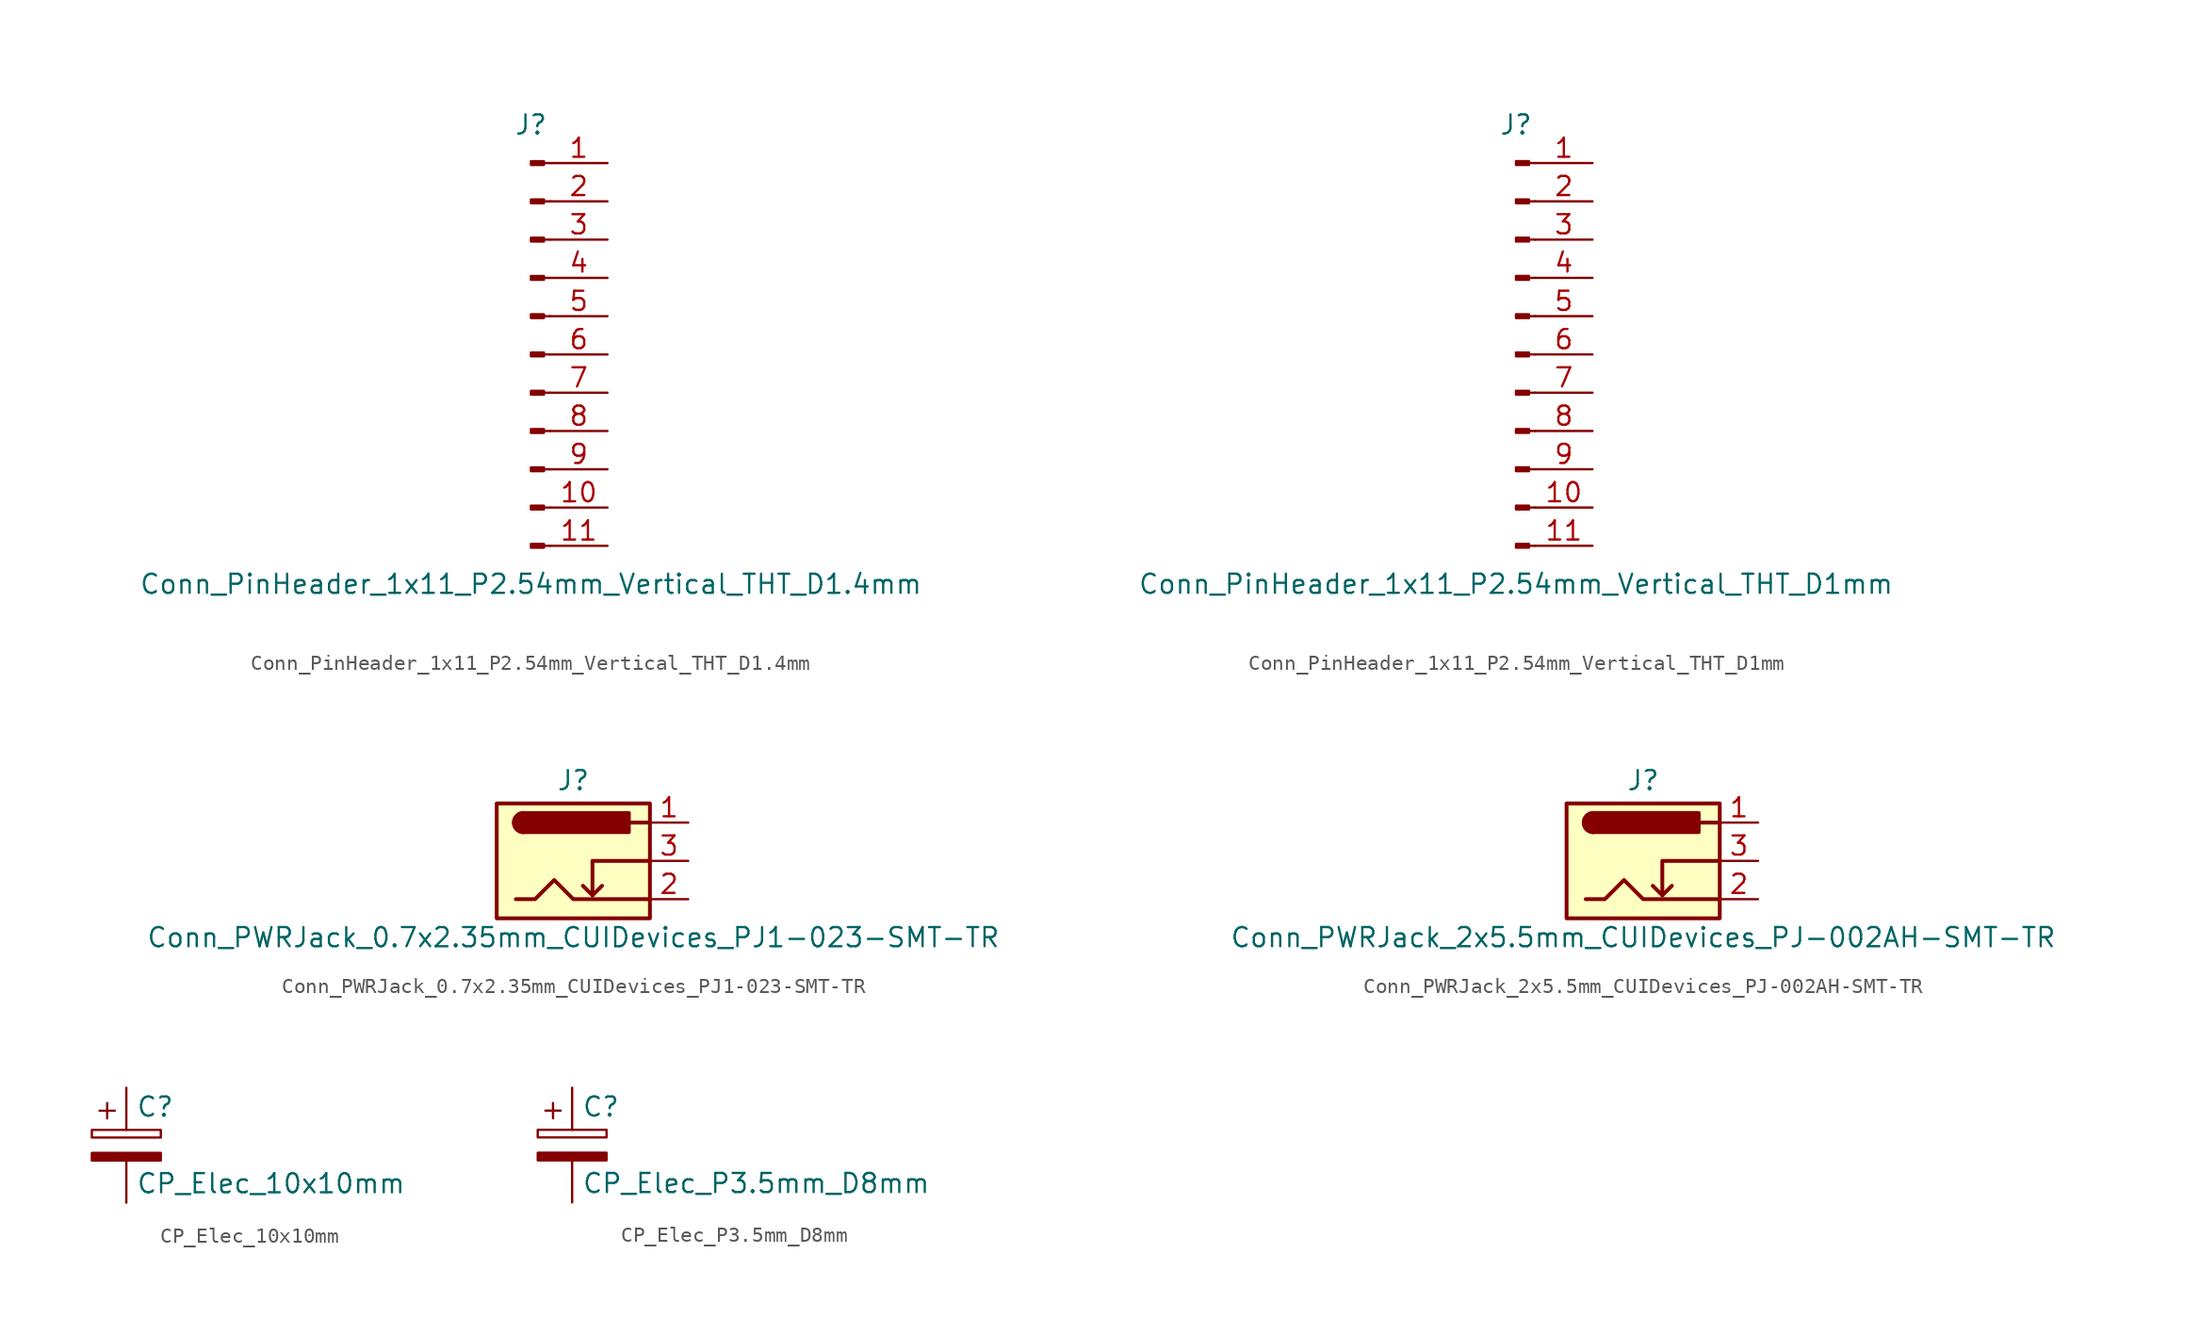
<source format=kicad_sym>
(kicad_symbol_lib
  (version 20220914)
  (generator kicad_symbol_editor)
  (symbol "Conn_PinHeader_1x11_P2.54mm_Vertical_THT_D1.4mm"
    (pin_names
      (offset 1.016) hide)
    (property "Reference" "J"
      (at 0 15.24 0)
      (effects (font (size 1.27 1.27))))
    (property "Value" "Conn_PinHeader_1x11_P2.54mm_Vertical_THT_D1.4mm"
      (at 0 -15.24 0)
      (effects (font (size 1.27 1.27))))
    (symbol "Conn_PinHeader_1x11_P2.54mm_Vertical_THT_D1.4mm_1_1"
      (polyline (pts (xy 1.27 -12.7) (xy 0.864 -12.7)) (stroke (width 0.152) (type solid)) (fill (type none)))
      (polyline (pts (xy 1.27 -10.16) (xy 0.864 -10.16)) (stroke (width 0.152) (type solid)) (fill (type none)))
      (polyline (pts (xy 1.27 -7.62) (xy 0.864 -7.62)) (stroke (width 0.152) (type solid)) (fill (type none)))
      (polyline (pts (xy 1.27 -5.08) (xy 0.864 -5.08)) (stroke (width 0.152) (type solid)) (fill (type none)))
      (polyline (pts (xy 1.27 -2.54) (xy 0.864 -2.54)) (stroke (width 0.152) (type solid)) (fill (type none)))
      (polyline (pts (xy 1.27 0) (xy 0.864 0)) (stroke (width 0.152) (type solid)) (fill (type none)))
      (polyline (pts (xy 1.27 2.54) (xy 0.864 2.54)) (stroke (width 0.152) (type solid)) (fill (type none)))
      (polyline (pts (xy 1.27 5.08) (xy 0.864 5.08)) (stroke (width 0.152) (type solid)) (fill (type none)))
      (polyline (pts (xy 1.27 7.62) (xy 0.864 7.62)) (stroke (width 0.152) (type solid)) (fill (type none)))
      (polyline (pts (xy 1.27 10.16) (xy 0.864 10.16)) (stroke (width 0.152) (type solid)) (fill (type none)))
      (polyline (pts (xy 1.27 12.7) (xy 0.864 12.7)) (stroke (width 0.152) (type solid)) (fill (type none)))
      (rectangle (start 0.864 -12.573) (end 0 -12.827) (stroke (width 0.152) (type solid)) (fill (type outline)))
      (rectangle (start 0.864 -10.033) (end 0 -10.287) (stroke (width 0.152) (type solid)) (fill (type outline)))
      (rectangle (start 0.864 -7.493) (end 0 -7.747) (stroke (width 0.152) (type solid)) (fill (type outline)))
      (rectangle (start 0.864 -4.953) (end 0 -5.207) (stroke (width 0.152) (type solid)) (fill (type outline)))
      (rectangle (start 0.864 -2.413) (end 0 -2.667) (stroke (width 0.152) (type solid)) (fill (type outline)))
      (rectangle (start 0.864 0.127) (end 0 -0.127) (stroke (width 0.152) (type solid)) (fill (type outline)))
      (rectangle (start 0.864 2.667) (end 0 2.413) (stroke (width 0.152) (type solid)) (fill (type outline)))
      (rectangle (start 0.864 5.207) (end 0 4.953) (stroke (width 0.152) (type solid)) (fill (type outline)))
      (rectangle (start 0.864 7.747) (end 0 7.493) (stroke (width 0.152) (type solid)) (fill (type outline)))
      (rectangle (start 0.864 10.287) (end 0 10.033) (stroke (width 0.152) (type solid)) (fill (type outline)))
      (rectangle (start 0.864 12.827) (end 0 12.573) (stroke (width 0.152) (type solid)) (fill (type outline)))
      (pin passive line (at 5.08 12.7 180) (length 3.81) (name "Pin_1" (effects (font (size 1.27 1.27)))) (number "1" (effects (font (size 1.27 1.27)))))
      (pin passive line (at 5.08 -10.16 180) (length 3.81) (name "Pin_10" (effects (font (size 1.27 1.27)))) (number "10" (effects (font (size 1.27 1.27)))))
      (pin passive line (at 5.08 -12.7 180) (length 3.81) (name "Pin_11" (effects (font (size 1.27 1.27)))) (number "11" (effects (font (size 1.27 1.27)))))
      (pin passive line (at 5.08 10.16 180) (length 3.81) (name "Pin_2" (effects (font (size 1.27 1.27)))) (number "2" (effects (font (size 1.27 1.27)))))
      (pin passive line (at 5.08 7.62 180) (length 3.81) (name "Pin_3" (effects (font (size 1.27 1.27)))) (number "3" (effects (font (size 1.27 1.27)))))
      (pin passive line (at 5.08 5.08 180) (length 3.81) (name "Pin_4" (effects (font (size 1.27 1.27)))) (number "4" (effects (font (size 1.27 1.27)))))
      (pin passive line (at 5.08 2.54 180) (length 3.81) (name "Pin_5" (effects (font (size 1.27 1.27)))) (number "5" (effects (font (size 1.27 1.27)))))
      (pin passive line (at 5.08 0 180) (length 3.81) (name "Pin_6" (effects (font (size 1.27 1.27)))) (number "6" (effects (font (size 1.27 1.27)))))
      (pin passive line (at 5.08 -2.54 180) (length 3.81) (name "Pin_7" (effects (font (size 1.27 1.27)))) (number "7" (effects (font (size 1.27 1.27)))))
      (pin passive line (at 5.08 -5.08 180) (length 3.81) (name "Pin_8" (effects (font (size 1.27 1.27)))) (number "8" (effects (font (size 1.27 1.27)))))
      (pin passive line (at 5.08 -7.62 180) (length 3.81) (name "Pin_9" (effects (font (size 1.27 1.27)))) (number "9" (effects (font (size 1.27 1.27)))))))
  (symbol "Conn_PinHeader_1x11_P2.54mm_Vertical_THT_D1mm"
    (pin_names
      (offset 1.016) hide)
    (property "Reference" "J"
      (at 0 15.24 0)
      (effects (font (size 1.27 1.27))))
    (property "Value" "Conn_PinHeader_1x11_P2.54mm_Vertical_THT_D1mm"
      (at 0 -15.24 0)
      (effects (font (size 1.27 1.27))))
    (symbol "Conn_PinHeader_1x11_P2.54mm_Vertical_THT_D1mm_1_1"
      (polyline (pts (xy 1.27 -12.7) (xy 0.864 -12.7)) (stroke (width 0.152) (type solid)) (fill (type none)))
      (polyline (pts (xy 1.27 -10.16) (xy 0.864 -10.16)) (stroke (width 0.152) (type solid)) (fill (type none)))
      (polyline (pts (xy 1.27 -7.62) (xy 0.864 -7.62)) (stroke (width 0.152) (type solid)) (fill (type none)))
      (polyline (pts (xy 1.27 -5.08) (xy 0.864 -5.08)) (stroke (width 0.152) (type solid)) (fill (type none)))
      (polyline (pts (xy 1.27 -2.54) (xy 0.864 -2.54)) (stroke (width 0.152) (type solid)) (fill (type none)))
      (polyline (pts (xy 1.27 0) (xy 0.864 0)) (stroke (width 0.152) (type solid)) (fill (type none)))
      (polyline (pts (xy 1.27 2.54) (xy 0.864 2.54)) (stroke (width 0.152) (type solid)) (fill (type none)))
      (polyline (pts (xy 1.27 5.08) (xy 0.864 5.08)) (stroke (width 0.152) (type solid)) (fill (type none)))
      (polyline (pts (xy 1.27 7.62) (xy 0.864 7.62)) (stroke (width 0.152) (type solid)) (fill (type none)))
      (polyline (pts (xy 1.27 10.16) (xy 0.864 10.16)) (stroke (width 0.152) (type solid)) (fill (type none)))
      (polyline (pts (xy 1.27 12.7) (xy 0.864 12.7)) (stroke (width 0.152) (type solid)) (fill (type none)))
      (rectangle (start 0.864 -12.573) (end 0 -12.827) (stroke (width 0.152) (type solid)) (fill (type outline)))
      (rectangle (start 0.864 -10.033) (end 0 -10.287) (stroke (width 0.152) (type solid)) (fill (type outline)))
      (rectangle (start 0.864 -7.493) (end 0 -7.747) (stroke (width 0.152) (type solid)) (fill (type outline)))
      (rectangle (start 0.864 -4.953) (end 0 -5.207) (stroke (width 0.152) (type solid)) (fill (type outline)))
      (rectangle (start 0.864 -2.413) (end 0 -2.667) (stroke (width 0.152) (type solid)) (fill (type outline)))
      (rectangle (start 0.864 0.127) (end 0 -0.127) (stroke (width 0.152) (type solid)) (fill (type outline)))
      (rectangle (start 0.864 2.667) (end 0 2.413) (stroke (width 0.152) (type solid)) (fill (type outline)))
      (rectangle (start 0.864 5.207) (end 0 4.953) (stroke (width 0.152) (type solid)) (fill (type outline)))
      (rectangle (start 0.864 7.747) (end 0 7.493) (stroke (width 0.152) (type solid)) (fill (type outline)))
      (rectangle (start 0.864 10.287) (end 0 10.033) (stroke (width 0.152) (type solid)) (fill (type outline)))
      (rectangle (start 0.864 12.827) (end 0 12.573) (stroke (width 0.152) (type solid)) (fill (type outline)))
      (pin passive line (at 5.08 12.7 180) (length 3.81) (name "Pin_1" (effects (font (size 1.27 1.27)))) (number "1" (effects (font (size 1.27 1.27)))))
      (pin passive line (at 5.08 -10.16 180) (length 3.81) (name "Pin_10" (effects (font (size 1.27 1.27)))) (number "10" (effects (font (size 1.27 1.27)))))
      (pin passive line (at 5.08 -12.7 180) (length 3.81) (name "Pin_11" (effects (font (size 1.27 1.27)))) (number "11" (effects (font (size 1.27 1.27)))))
      (pin passive line (at 5.08 10.16 180) (length 3.81) (name "Pin_2" (effects (font (size 1.27 1.27)))) (number "2" (effects (font (size 1.27 1.27)))))
      (pin passive line (at 5.08 7.62 180) (length 3.81) (name "Pin_3" (effects (font (size 1.27 1.27)))) (number "3" (effects (font (size 1.27 1.27)))))
      (pin passive line (at 5.08 5.08 180) (length 3.81) (name "Pin_4" (effects (font (size 1.27 1.27)))) (number "4" (effects (font (size 1.27 1.27)))))
      (pin passive line (at 5.08 2.54 180) (length 3.81) (name "Pin_5" (effects (font (size 1.27 1.27)))) (number "5" (effects (font (size 1.27 1.27)))))
      (pin passive line (at 5.08 0 180) (length 3.81) (name "Pin_6" (effects (font (size 1.27 1.27)))) (number "6" (effects (font (size 1.27 1.27)))))
      (pin passive line (at 5.08 -2.54 180) (length 3.81) (name "Pin_7" (effects (font (size 1.27 1.27)))) (number "7" (effects (font (size 1.27 1.27)))))
      (pin passive line (at 5.08 -5.08 180) (length 3.81) (name "Pin_8" (effects (font (size 1.27 1.27)))) (number "8" (effects (font (size 1.27 1.27)))))
      (pin passive line (at 5.08 -7.62 180) (length 3.81) (name "Pin_9" (effects (font (size 1.27 1.27)))) (number "9" (effects (font (size 1.27 1.27)))))))
  (symbol "Conn_PWRJack_0.7x2.35mm_CUIDevices_PJ1-023-SMT-TR"
    (pin_names hide)
    (property "Reference" "J"
      (at 0 5.334 0)
      (effects (font (size 1.27 1.27))))
    (property "Value" "Conn_PWRJack_0.7x2.35mm_CUIDevices_PJ1-023-SMT-TR"
      (at 0 -5.08 0)
      (effects (font (size 1.27 1.27))))
    (symbol "Conn_PWRJack_0.7x2.35mm_CUIDevices_PJ1-023-SMT-TR_0_1"
      (rectangle (start -5.08 3.81) (end 5.08 -3.81) (stroke (width 0.254) (type solid)) (fill (type background)))
      (arc (start -3.302 3.175) (mid -3.9343 2.54) (end -3.302 1.905) (stroke (width 0.254) (type solid)) (fill (type none)))
      (arc (start -3.302 3.175) (mid -3.9343 2.54) (end -3.302 1.905) (stroke (width 0.254) (type solid)) (fill (type outline)))
      (polyline (pts (xy 1.27 -2.286) (xy 1.905 -1.651)) (stroke (width 0.254) (type solid)) (fill (type none)))
      (polyline (pts (xy 5.08 2.54) (xy 3.81 2.54)) (stroke (width 0.254) (type solid)) (fill (type none)))
      (polyline (pts (xy 5.08 0) (xy 1.27 0) (xy 1.27 -2.286) (xy 0.635 -1.651)) (stroke (width 0.254) (type solid)) (fill (type none)))
      (polyline (pts (xy -3.81 -2.54) (xy -2.54 -2.54) (xy -1.27 -1.27) (xy 0 -2.54) (xy 2.54 -2.54) (xy 5.08 -2.54)) (stroke (width 0.254) (type solid)) (fill (type none)))
      (rectangle (start 3.683 3.175) (end -3.302 1.905) (stroke (width 0.254) (type solid)) (fill (type outline))))
    (symbol "Conn_PWRJack_0.7x2.35mm_CUIDevices_PJ1-023-SMT-TR_1_1"
      (pin passive line (at 7.62 2.54 180) (length 2.54) (name "~" (effects (font (size 1.27 1.27)))) (number "1" (effects (font (size 1.27 1.27)))))
      (pin passive line (at 7.62 -2.54 180) (length 2.54) (name "~" (effects (font (size 1.27 1.27)))) (number "2" (effects (font (size 1.27 1.27)))))
      (pin passive line (at 7.62 0 180) (length 2.54) (name "~" (effects (font (size 1.27 1.27)))) (number "3" (effects (font (size 1.27 1.27)))))))
  (symbol "Conn_PWRJack_2x5.5mm_CUIDevices_PJ-002AH-SMT-TR"
    (pin_names hide)
    (property "Reference" "J"
      (at 0 5.334 0)
      (effects (font (size 1.27 1.27))))
    (property "Value" "Conn_PWRJack_2x5.5mm_CUIDevices_PJ-002AH-SMT-TR"
      (at 0 -5.08 0)
      (effects (font (size 1.27 1.27))))
    (symbol "Conn_PWRJack_2x5.5mm_CUIDevices_PJ-002AH-SMT-TR_0_1"
      (rectangle (start -5.08 3.81) (end 5.08 -3.81) (stroke (width 0.254) (type solid)) (fill (type background)))
      (arc (start -3.302 3.175) (mid -3.9343 2.54) (end -3.302 1.905) (stroke (width 0.254) (type solid)) (fill (type none)))
      (arc (start -3.302 3.175) (mid -3.9343 2.54) (end -3.302 1.905) (stroke (width 0.254) (type solid)) (fill (type outline)))
      (polyline (pts (xy 1.27 -2.286) (xy 1.905 -1.651)) (stroke (width 0.254) (type solid)) (fill (type none)))
      (polyline (pts (xy 5.08 2.54) (xy 3.81 2.54)) (stroke (width 0.254) (type solid)) (fill (type none)))
      (polyline (pts (xy 5.08 0) (xy 1.27 0) (xy 1.27 -2.286) (xy 0.635 -1.651)) (stroke (width 0.254) (type solid)) (fill (type none)))
      (polyline (pts (xy -3.81 -2.54) (xy -2.54 -2.54) (xy -1.27 -1.27) (xy 0 -2.54) (xy 2.54 -2.54) (xy 5.08 -2.54)) (stroke (width 0.254) (type solid)) (fill (type none)))
      (rectangle (start 3.683 3.175) (end -3.302 1.905) (stroke (width 0.254) (type solid)) (fill (type outline))))
    (symbol "Conn_PWRJack_2x5.5mm_CUIDevices_PJ-002AH-SMT-TR_1_1"
      (pin passive line (at 7.62 2.54 180) (length 2.54) (name "~" (effects (font (size 1.27 1.27)))) (number "1" (effects (font (size 1.27 1.27)))))
      (pin passive line (at 7.62 -2.54 180) (length 2.54) (name "~" (effects (font (size 1.27 1.27)))) (number "2" (effects (font (size 1.27 1.27)))))
      (pin passive line (at 7.62 0 180) (length 2.54) (name "~" (effects (font (size 1.27 1.27)))) (number "3" (effects (font (size 1.27 1.27)))))))
  (symbol "CP_Elec_10x10mm"
    (pin_numbers hide)
    (pin_names
      (offset 0.254))
    (property "Reference" "C"
      (at 0.635 2.54 0)
      (effects (font (size 1.27 1.27)) (justify left)))
    (property "Value" "CP_Elec_10x10mm"
      (at 0.635 -2.54 0)
      (effects (font (size 1.27 1.27)) (justify left)))
    (symbol "CP_Elec_10x10mm_0_1"
      (rectangle (start -2.286 0.508) (end 2.286 1.016) (stroke (width 0) (type solid)) (fill (type none)))
      (polyline (pts (xy -1.778 2.286) (xy -0.762 2.286)) (stroke (width 0) (type solid)) (fill (type none)))
      (polyline (pts (xy -1.27 2.794) (xy -1.27 1.778)) (stroke (width 0) (type solid)) (fill (type none)))
      (rectangle (start 2.286 -0.508) (end -2.286 -1.016) (stroke (width 0) (type solid)) (fill (type outline))))
    (symbol "CP_Elec_10x10mm_1_1"
      (pin passive line (at 0 3.81 270) (length 2.794) (name "~" (effects (font (size 1.27 1.27)))) (number "1" (effects (font (size 1.27 1.27)))))
      (pin passive line (at 0 -3.81 90) (length 2.794) (name "~" (effects (font (size 1.27 1.27)))) (number "2" (effects (font (size 1.27 1.27)))))))
  (symbol "CP_Elec_P3.5mm_D8mm"
    (pin_numbers hide)
    (pin_names
      (offset 0.254))
    (property "Reference" "C"
      (at 0.635 2.54 0)
      (effects (font (size 1.27 1.27)) (justify left)))
    (property "Value" "CP_Elec_P3.5mm_D8mm"
      (at 0.635 -2.54 0)
      (effects (font (size 1.27 1.27)) (justify left)))
    (symbol "CP_Elec_P3.5mm_D8mm_0_1"
      (rectangle (start -2.286 0.508) (end 2.286 1.016) (stroke (width 0) (type solid)) (fill (type none)))
      (polyline (pts (xy -1.778 2.286) (xy -0.762 2.286)) (stroke (width 0) (type solid)) (fill (type none)))
      (polyline (pts (xy -1.27 2.794) (xy -1.27 1.778)) (stroke (width 0) (type solid)) (fill (type none)))
      (rectangle (start 2.286 -0.508) (end -2.286 -1.016) (stroke (width 0) (type solid)) (fill (type outline))))
    (symbol "CP_Elec_P3.5mm_D8mm_1_1"
      (pin passive line (at 0 3.81 270) (length 2.794) (name "~" (effects (font (size 1.27 1.27)))) (number "1" (effects (font (size 1.27 1.27)))))
      (pin passive line (at 0 -3.81 90) (length 2.794) (name "~" (effects (font (size 1.27 1.27)))) (number "2" (effects (font (size 1.27 1.27))))))))
</source>
